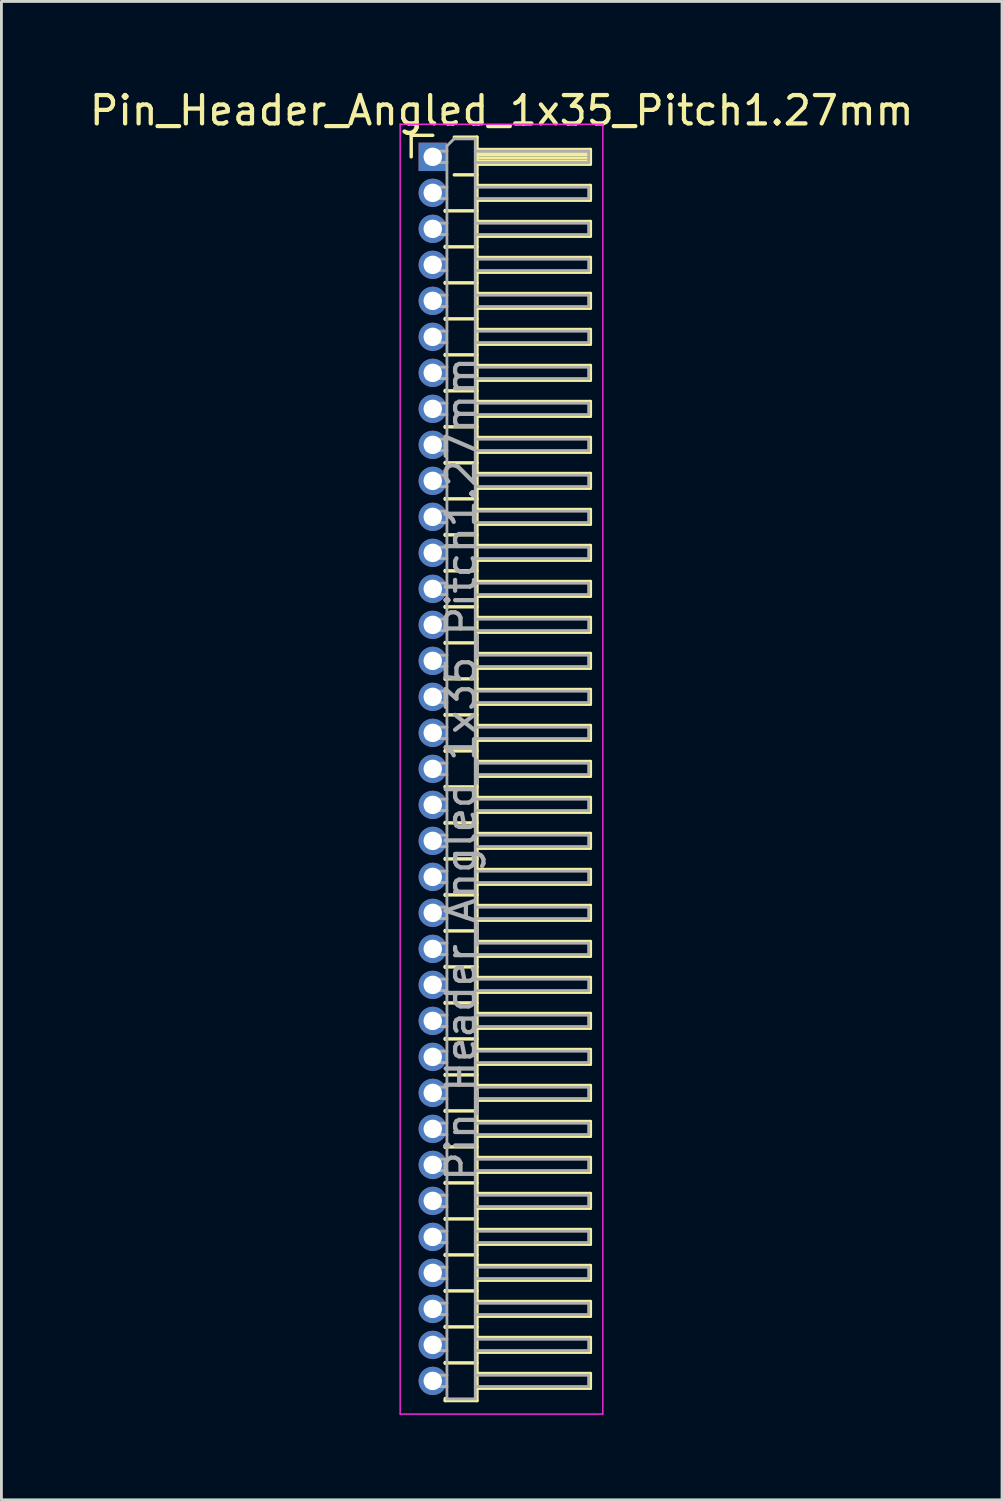
<source format=kicad_pcb>
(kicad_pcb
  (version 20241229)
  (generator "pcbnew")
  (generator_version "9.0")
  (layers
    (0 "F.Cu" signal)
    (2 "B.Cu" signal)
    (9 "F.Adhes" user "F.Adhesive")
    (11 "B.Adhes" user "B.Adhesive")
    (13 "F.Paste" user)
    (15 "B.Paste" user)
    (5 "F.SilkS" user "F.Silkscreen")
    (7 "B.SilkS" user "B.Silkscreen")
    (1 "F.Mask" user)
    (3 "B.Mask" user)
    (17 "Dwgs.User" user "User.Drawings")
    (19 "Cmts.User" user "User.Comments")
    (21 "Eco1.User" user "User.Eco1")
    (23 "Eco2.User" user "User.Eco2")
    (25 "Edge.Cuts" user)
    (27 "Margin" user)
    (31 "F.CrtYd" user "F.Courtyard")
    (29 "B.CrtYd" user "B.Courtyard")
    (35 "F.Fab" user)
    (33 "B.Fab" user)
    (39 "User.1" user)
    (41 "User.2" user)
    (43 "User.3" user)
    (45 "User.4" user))
  (footprint "Pin_Header_Angled_1x35_Pitch1.27mm"
    (layer "F.Cu")
    (at 12.216 2.483)
    (property "Reference" "Pin_Header_Angled_1x35_Pitch1.27mm" (at 2.433 -1.635 0) (layer "F.SilkS") (effects (font (size 1 1) (thickness 0.15))))
    (attr through_hole)
    (fp_line (start -0.76 -0.76) (end 0 -0.76) (stroke (width 0.12) (type solid)) (layer "F.SilkS"))
    (fp_line (start -0.76 0) (end -0.76 -0.76) (stroke (width 0.12) (type solid)) (layer "F.SilkS"))
    (fp_line (start 0.44 1.89) (end 0.44 1.92) (stroke (width 0.12) (type solid)) (layer "F.SilkS"))
    (fp_line (start 0.44 1.905) (end 1.56 1.905) (stroke (width 0.12) (type solid)) (layer "F.SilkS"))
    (fp_line (start 0.44 3.16) (end 0.44 3.19) (stroke (width 0.12) (type solid)) (layer "F.SilkS"))
    (fp_line (start 0.44 3.175) (end 1.56 3.175) (stroke (width 0.12) (type solid)) (layer "F.SilkS"))
    (fp_line (start 0.44 4.43) (end 0.44 4.46) (stroke (width 0.12) (type solid)) (layer "F.SilkS"))
    (fp_line (start 0.44 4.445) (end 1.56 4.445) (stroke (width 0.12) (type solid)) (layer "F.SilkS"))
    (fp_line (start 0.44 5.7) (end 0.44 5.73) (stroke (width 0.12) (type solid)) (layer "F.SilkS"))
    (fp_line (start 0.44 5.715) (end 1.56 5.715) (stroke (width 0.12) (type solid)) (layer "F.SilkS"))
    (fp_line (start 0.44 6.97) (end 0.44 7) (stroke (width 0.12) (type solid)) (layer "F.SilkS"))
    (fp_line (start 0.44 6.985) (end 1.56 6.985) (stroke (width 0.12) (type solid)) (layer "F.SilkS"))
    (fp_line (start 0.44 8.24) (end 0.44 8.27) (stroke (width 0.12) (type solid)) (layer "F.SilkS"))
    (fp_line (start 0.44 8.255) (end 1.56 8.255) (stroke (width 0.12) (type solid)) (layer "F.SilkS"))
    (fp_line (start 0.44 9.51) (end 0.44 9.54) (stroke (width 0.12) (type solid)) (layer "F.SilkS"))
    (fp_line (start 0.44 9.525) (end 1.56 9.525) (stroke (width 0.12) (type solid)) (layer "F.SilkS"))
    (fp_line (start 0.44 10.78) (end 0.44 10.81) (stroke (width 0.12) (type solid)) (layer "F.SilkS"))
    (fp_line (start 0.44 10.795) (end 1.56 10.795) (stroke (width 0.12) (type solid)) (layer "F.SilkS"))
    (fp_line (start 0.44 12.05) (end 0.44 12.08) (stroke (width 0.12) (type solid)) (layer "F.SilkS"))
    (fp_line (start 0.44 12.065) (end 1.56 12.065) (stroke (width 0.12) (type solid)) (layer "F.SilkS"))
    (fp_line (start 0.44 13.32) (end 0.44 13.35) (stroke (width 0.12) (type solid)) (layer "F.SilkS"))
    (fp_line (start 0.44 13.335) (end 1.56 13.335) (stroke (width 0.12) (type solid)) (layer "F.SilkS"))
    (fp_line (start 0.44 14.59) (end 0.44 14.62) (stroke (width 0.12) (type solid)) (layer "F.SilkS"))
    (fp_line (start 0.44 14.605) (end 1.56 14.605) (stroke (width 0.12) (type solid)) (layer "F.SilkS"))
    (fp_line (start 0.44 15.86) (end 0.44 15.89) (stroke (width 0.12) (type solid)) (layer "F.SilkS"))
    (fp_line (start 0.44 15.875) (end 1.56 15.875) (stroke (width 0.12) (type solid)) (layer "F.SilkS"))
    (fp_line (start 0.44 17.13) (end 0.44 17.16) (stroke (width 0.12) (type solid)) (layer "F.SilkS"))
    (fp_line (start 0.44 17.145) (end 1.56 17.145) (stroke (width 0.12) (type solid)) (layer "F.SilkS"))
    (fp_line (start 0.44 18.4) (end 0.44 18.43) (stroke (width 0.12) (type solid)) (layer "F.SilkS"))
    (fp_line (start 0.44 18.415) (end 1.56 18.415) (stroke (width 0.12) (type solid)) (layer "F.SilkS"))
    (fp_line (start 0.44 19.67) (end 0.44 19.7) (stroke (width 0.12) (type solid)) (layer "F.SilkS"))
    (fp_line (start 0.44 19.685) (end 1.56 19.685) (stroke (width 0.12) (type solid)) (layer "F.SilkS"))
    (fp_line (start 0.44 20.94) (end 0.44 20.97) (stroke (width 0.12) (type solid)) (layer "F.SilkS"))
    (fp_line (start 0.44 20.955) (end 1.56 20.955) (stroke (width 0.12) (type solid)) (layer "F.SilkS"))
    (fp_line (start 0.44 22.21) (end 0.44 22.24) (stroke (width 0.12) (type solid)) (layer "F.SilkS"))
    (fp_line (start 0.44 22.225) (end 1.56 22.225) (stroke (width 0.12) (type solid)) (layer "F.SilkS"))
    (fp_line (start 0.44 23.48) (end 0.44 23.51) (stroke (width 0.12) (type solid)) (layer "F.SilkS"))
    (fp_line (start 0.44 23.495) (end 1.56 23.495) (stroke (width 0.12) (type solid)) (layer "F.SilkS"))
    (fp_line (start 0.44 24.75) (end 0.44 24.78) (stroke (width 0.12) (type solid)) (layer "F.SilkS"))
    (fp_line (start 0.44 24.765) (end 1.56 24.765) (stroke (width 0.12) (type solid)) (layer "F.SilkS"))
    (fp_line (start 0.44 26.02) (end 0.44 26.05) (stroke (width 0.12) (type solid)) (layer "F.SilkS"))
    (fp_line (start 0.44 26.035) (end 1.56 26.035) (stroke (width 0.12) (type solid)) (layer "F.SilkS"))
    (fp_line (start 0.44 27.29) (end 0.44 27.32) (stroke (width 0.12) (type solid)) (layer "F.SilkS"))
    (fp_line (start 0.44 27.305) (end 1.56 27.305) (stroke (width 0.12) (type solid)) (layer "F.SilkS"))
    (fp_line (start 0.44 28.56) (end 0.44 28.59) (stroke (width 0.12) (type solid)) (layer "F.SilkS"))
    (fp_line (start 0.44 28.575) (end 1.56 28.575) (stroke (width 0.12) (type solid)) (layer "F.SilkS"))
    (fp_line (start 0.44 29.83) (end 0.44 29.86) (stroke (width 0.12) (type solid)) (layer "F.SilkS"))
    (fp_line (start 0.44 29.845) (end 1.56 29.845) (stroke (width 0.12) (type solid)) (layer "F.SilkS"))
    (fp_line (start 0.44 31.1) (end 0.44 31.13) (stroke (width 0.12) (type solid)) (layer "F.SilkS"))
    (fp_line (start 0.44 31.115) (end 1.56 31.115) (stroke (width 0.12) (type solid)) (layer "F.SilkS"))
    (fp_line (start 0.44 32.37) (end 0.44 32.4) (stroke (width 0.12) (type solid)) (layer "F.SilkS"))
    (fp_line (start 0.44 32.385) (end 1.56 32.385) (stroke (width 0.12) (type solid)) (layer "F.SilkS"))
    (fp_line (start 0.44 33.64) (end 0.44 33.67) (stroke (width 0.12) (type solid)) (layer "F.SilkS"))
    (fp_line (start 0.44 33.655) (end 1.56 33.655) (stroke (width 0.12) (type solid)) (layer "F.SilkS"))
    (fp_line (start 0.44 34.91) (end 0.44 34.94) (stroke (width 0.12) (type solid)) (layer "F.SilkS"))
    (fp_line (start 0.44 34.925) (end 1.56 34.925) (stroke (width 0.12) (type solid)) (layer "F.SilkS"))
    (fp_line (start 0.44 36.18) (end 0.44 36.21) (stroke (width 0.12) (type solid)) (layer "F.SilkS"))
    (fp_line (start 0.44 36.195) (end 1.56 36.195) (stroke (width 0.12) (type solid)) (layer "F.SilkS"))
    (fp_line (start 0.44 37.45) (end 0.44 37.48) (stroke (width 0.12) (type solid)) (layer "F.SilkS"))
    (fp_line (start 0.44 37.465) (end 1.56 37.465) (stroke (width 0.12) (type solid)) (layer "F.SilkS"))
    (fp_line (start 0.44 38.72) (end 0.44 38.75) (stroke (width 0.12) (type solid)) (layer "F.SilkS"))
    (fp_line (start 0.44 38.735) (end 1.56 38.735) (stroke (width 0.12) (type solid)) (layer "F.SilkS"))
    (fp_line (start 0.44 39.99) (end 0.44 40.02) (stroke (width 0.12) (type solid)) (layer "F.SilkS"))
    (fp_line (start 0.44 40.005) (end 1.56 40.005) (stroke (width 0.12) (type solid)) (layer "F.SilkS"))
    (fp_line (start 0.44 41.26) (end 0.44 41.29) (stroke (width 0.12) (type solid)) (layer "F.SilkS"))
    (fp_line (start 0.44 41.275) (end 1.56 41.275) (stroke (width 0.12) (type solid)) (layer "F.SilkS"))
    (fp_line (start 0.44 42.53) (end 0.44 42.56) (stroke (width 0.12) (type solid)) (layer "F.SilkS"))
    (fp_line (start 0.44 42.545) (end 1.56 42.545) (stroke (width 0.12) (type solid)) (layer "F.SilkS"))
    (fp_line (start 0.44 43.875) (end 0.44 43.8) (stroke (width 0.12) (type solid)) (layer "F.SilkS"))
    (fp_line (start 0.76 -0.695) (end 1.56 -0.695) (stroke (width 0.12) (type solid)) (layer "F.SilkS"))
    (fp_line (start 0.76 0.635) (end 1.56 0.635) (stroke (width 0.12) (type solid)) (layer "F.SilkS"))
    (fp_line (start 1.56 -0.695) (end 1.56 43.875) (stroke (width 0.12) (type solid)) (layer "F.SilkS"))
    (fp_line (start 1.56 -0.26) (end 5.56 -0.26) (stroke (width 0.12) (type solid)) (layer "F.SilkS"))
    (fp_line (start 1.56 -0.2) (end 5.56 -0.2) (stroke (width 0.12) (type solid)) (layer "F.SilkS"))
    (fp_line (start 1.56 -0.08) (end 5.56 -0.08) (stroke (width 0.12) (type solid)) (layer "F.SilkS"))
    (fp_line (start 1.56 0.04) (end 5.56 0.04) (stroke (width 0.12) (type solid)) (layer "F.SilkS"))
    (fp_line (start 1.56 0.16) (end 5.56 0.16) (stroke (width 0.12) (type solid)) (layer "F.SilkS"))
    (fp_line (start 1.56 1.01) (end 5.56 1.01) (stroke (width 0.12) (type solid)) (layer "F.SilkS"))
    (fp_line (start 1.56 2.28) (end 5.56 2.28) (stroke (width 0.12) (type solid)) (layer "F.SilkS"))
    (fp_line (start 1.56 3.55) (end 5.56 3.55) (stroke (width 0.12) (type solid)) (layer "F.SilkS"))
    (fp_line (start 1.56 4.82) (end 5.56 4.82) (stroke (width 0.12) (type solid)) (layer "F.SilkS"))
    (fp_line (start 1.56 6.09) (end 5.56 6.09) (stroke (width 0.12) (type solid)) (layer "F.SilkS"))
    (fp_line (start 1.56 7.36) (end 5.56 7.36) (stroke (width 0.12) (type solid)) (layer "F.SilkS"))
    (fp_line (start 1.56 8.63) (end 5.56 8.63) (stroke (width 0.12) (type solid)) (layer "F.SilkS"))
    (fp_line (start 1.56 9.9) (end 5.56 9.9) (stroke (width 0.12) (type solid)) (layer "F.SilkS"))
    (fp_line (start 1.56 11.17) (end 5.56 11.17) (stroke (width 0.12) (type solid)) (layer "F.SilkS"))
    (fp_line (start 1.56 12.44) (end 5.56 12.44) (stroke (width 0.12) (type solid)) (layer "F.SilkS"))
    (fp_line (start 1.56 13.71) (end 5.56 13.71) (stroke (width 0.12) (type solid)) (layer "F.SilkS"))
    (fp_line (start 1.56 14.98) (end 5.56 14.98) (stroke (width 0.12) (type solid)) (layer "F.SilkS"))
    (fp_line (start 1.56 16.25) (end 5.56 16.25) (stroke (width 0.12) (type solid)) (layer "F.SilkS"))
    (fp_line (start 1.56 17.52) (end 5.56 17.52) (stroke (width 0.12) (type solid)) (layer "F.SilkS"))
    (fp_line (start 1.56 18.79) (end 5.56 18.79) (stroke (width 0.12) (type solid)) (layer "F.SilkS"))
    (fp_line (start 1.56 20.06) (end 5.56 20.06) (stroke (width 0.12) (type solid)) (layer "F.SilkS"))
    (fp_line (start 1.56 21.33) (end 5.56 21.33) (stroke (width 0.12) (type solid)) (layer "F.SilkS"))
    (fp_line (start 1.56 22.6) (end 5.56 22.6) (stroke (width 0.12) (type solid)) (layer "F.SilkS"))
    (fp_line (start 1.56 23.87) (end 5.56 23.87) (stroke (width 0.12) (type solid)) (layer "F.SilkS"))
    (fp_line (start 1.56 25.14) (end 5.56 25.14) (stroke (width 0.12) (type solid)) (layer "F.SilkS"))
    (fp_line (start 1.56 26.41) (end 5.56 26.41) (stroke (width 0.12) (type solid)) (layer "F.SilkS"))
    (fp_line (start 1.56 27.68) (end 5.56 27.68) (stroke (width 0.12) (type solid)) (layer "F.SilkS"))
    (fp_line (start 1.56 28.95) (end 5.56 28.95) (stroke (width 0.12) (type solid)) (layer "F.SilkS"))
    (fp_line (start 1.56 30.22) (end 5.56 30.22) (stroke (width 0.12) (type solid)) (layer "F.SilkS"))
    (fp_line (start 1.56 31.49) (end 5.56 31.49) (stroke (width 0.12) (type solid)) (layer "F.SilkS"))
    (fp_line (start 1.56 32.76) (end 5.56 32.76) (stroke (width 0.12) (type solid)) (layer "F.SilkS"))
    (fp_line (start 1.56 34.03) (end 5.56 34.03) (stroke (width 0.12) (type solid)) (layer "F.SilkS"))
    (fp_line (start 1.56 35.3) (end 5.56 35.3) (stroke (width 0.12) (type solid)) (layer "F.SilkS"))
    (fp_line (start 1.56 36.57) (end 5.56 36.57) (stroke (width 0.12) (type solid)) (layer "F.SilkS"))
    (fp_line (start 1.56 37.84) (end 5.56 37.84) (stroke (width 0.12) (type solid)) (layer "F.SilkS"))
    (fp_line (start 1.56 39.11) (end 5.56 39.11) (stroke (width 0.12) (type solid)) (layer "F.SilkS"))
    (fp_line (start 1.56 40.38) (end 5.56 40.38) (stroke (width 0.12) (type solid)) (layer "F.SilkS"))
    (fp_line (start 1.56 41.65) (end 5.56 41.65) (stroke (width 0.12) (type solid)) (layer "F.SilkS"))
    (fp_line (start 1.56 42.92) (end 5.56 42.92) (stroke (width 0.12) (type solid)) (layer "F.SilkS"))
    (fp_line (start 1.56 43.875) (end 0.44 43.875) (stroke (width 0.12) (type solid)) (layer "F.SilkS"))
    (fp_line (start 5.56 -0.26) (end 5.56 0.26) (stroke (width 0.12) (type solid)) (layer "F.SilkS"))
    (fp_line (start 5.56 0.26) (end 1.56 0.26) (stroke (width 0.12) (type solid)) (layer "F.SilkS"))
    (fp_line (start 5.56 1.01) (end 5.56 1.53) (stroke (width 0.12) (type solid)) (layer "F.SilkS"))
    (fp_line (start 5.56 1.53) (end 1.56 1.53) (stroke (width 0.12) (type solid)) (layer "F.SilkS"))
    (fp_line (start 5.56 2.28) (end 5.56 2.8) (stroke (width 0.12) (type solid)) (layer "F.SilkS"))
    (fp_line (start 5.56 2.8) (end 1.56 2.8) (stroke (width 0.12) (type solid)) (layer "F.SilkS"))
    (fp_line (start 5.56 3.55) (end 5.56 4.07) (stroke (width 0.12) (type solid)) (layer "F.SilkS"))
    (fp_line (start 5.56 4.07) (end 1.56 4.07) (stroke (width 0.12) (type solid)) (layer "F.SilkS"))
    (fp_line (start 5.56 4.82) (end 5.56 5.34) (stroke (width 0.12) (type solid)) (layer "F.SilkS"))
    (fp_line (start 5.56 5.34) (end 1.56 5.34) (stroke (width 0.12) (type solid)) (layer "F.SilkS"))
    (fp_line (start 5.56 6.09) (end 5.56 6.61) (stroke (width 0.12) (type solid)) (layer "F.SilkS"))
    (fp_line (start 5.56 6.61) (end 1.56 6.61) (stroke (width 0.12) (type solid)) (layer "F.SilkS"))
    (fp_line (start 5.56 7.36) (end 5.56 7.88) (stroke (width 0.12) (type solid)) (layer "F.SilkS"))
    (fp_line (start 5.56 7.88) (end 1.56 7.88) (stroke (width 0.12) (type solid)) (layer "F.SilkS"))
    (fp_line (start 5.56 8.63) (end 5.56 9.15) (stroke (width 0.12) (type solid)) (layer "F.SilkS"))
    (fp_line (start 5.56 9.15) (end 1.56 9.15) (stroke (width 0.12) (type solid)) (layer "F.SilkS"))
    (fp_line (start 5.56 9.9) (end 5.56 10.42) (stroke (width 0.12) (type solid)) (layer "F.SilkS"))
    (fp_line (start 5.56 10.42) (end 1.56 10.42) (stroke (width 0.12) (type solid)) (layer "F.SilkS"))
    (fp_line (start 5.56 11.17) (end 5.56 11.69) (stroke (width 0.12) (type solid)) (layer "F.SilkS"))
    (fp_line (start 5.56 11.69) (end 1.56 11.69) (stroke (width 0.12) (type solid)) (layer "F.SilkS"))
    (fp_line (start 5.56 12.44) (end 5.56 12.96) (stroke (width 0.12) (type solid)) (layer "F.SilkS"))
    (fp_line (start 5.56 12.96) (end 1.56 12.96) (stroke (width 0.12) (type solid)) (layer "F.SilkS"))
    (fp_line (start 5.56 13.71) (end 5.56 14.23) (stroke (width 0.12) (type solid)) (layer "F.SilkS"))
    (fp_line (start 5.56 14.23) (end 1.56 14.23) (stroke (width 0.12) (type solid)) (layer "F.SilkS"))
    (fp_line (start 5.56 14.98) (end 5.56 15.5) (stroke (width 0.12) (type solid)) (layer "F.SilkS"))
    (fp_line (start 5.56 15.5) (end 1.56 15.5) (stroke (width 0.12) (type solid)) (layer "F.SilkS"))
    (fp_line (start 5.56 16.25) (end 5.56 16.77) (stroke (width 0.12) (type solid)) (layer "F.SilkS"))
    (fp_line (start 5.56 16.77) (end 1.56 16.77) (stroke (width 0.12) (type solid)) (layer "F.SilkS"))
    (fp_line (start 5.56 17.52) (end 5.56 18.04) (stroke (width 0.12) (type solid)) (layer "F.SilkS"))
    (fp_line (start 5.56 18.04) (end 1.56 18.04) (stroke (width 0.12) (type solid)) (layer "F.SilkS"))
    (fp_line (start 5.56 18.79) (end 5.56 19.31) (stroke (width 0.12) (type solid)) (layer "F.SilkS"))
    (fp_line (start 5.56 19.31) (end 1.56 19.31) (stroke (width 0.12) (type solid)) (layer "F.SilkS"))
    (fp_line (start 5.56 20.06) (end 5.56 20.58) (stroke (width 0.12) (type solid)) (layer "F.SilkS"))
    (fp_line (start 5.56 20.58) (end 1.56 20.58) (stroke (width 0.12) (type solid)) (layer "F.SilkS"))
    (fp_line (start 5.56 21.33) (end 5.56 21.85) (stroke (width 0.12) (type solid)) (layer "F.SilkS"))
    (fp_line (start 5.56 21.85) (end 1.56 21.85) (stroke (width 0.12) (type solid)) (layer "F.SilkS"))
    (fp_line (start 5.56 22.6) (end 5.56 23.12) (stroke (width 0.12) (type solid)) (layer "F.SilkS"))
    (fp_line (start 5.56 23.12) (end 1.56 23.12) (stroke (width 0.12) (type solid)) (layer "F.SilkS"))
    (fp_line (start 5.56 23.87) (end 5.56 24.39) (stroke (width 0.12) (type solid)) (layer "F.SilkS"))
    (fp_line (start 5.56 24.39) (end 1.56 24.39) (stroke (width 0.12) (type solid)) (layer "F.SilkS"))
    (fp_line (start 5.56 25.14) (end 5.56 25.66) (stroke (width 0.12) (type solid)) (layer "F.SilkS"))
    (fp_line (start 5.56 25.66) (end 1.56 25.66) (stroke (width 0.12) (type solid)) (layer "F.SilkS"))
    (fp_line (start 5.56 26.41) (end 5.56 26.93) (stroke (width 0.12) (type solid)) (layer "F.SilkS"))
    (fp_line (start 5.56 26.93) (end 1.56 26.93) (stroke (width 0.12) (type solid)) (layer "F.SilkS"))
    (fp_line (start 5.56 27.68) (end 5.56 28.2) (stroke (width 0.12) (type solid)) (layer "F.SilkS"))
    (fp_line (start 5.56 28.2) (end 1.56 28.2) (stroke (width 0.12) (type solid)) (layer "F.SilkS"))
    (fp_line (start 5.56 28.95) (end 5.56 29.47) (stroke (width 0.12) (type solid)) (layer "F.SilkS"))
    (fp_line (start 5.56 29.47) (end 1.56 29.47) (stroke (width 0.12) (type solid)) (layer "F.SilkS"))
    (fp_line (start 5.56 30.22) (end 5.56 30.74) (stroke (width 0.12) (type solid)) (layer "F.SilkS"))
    (fp_line (start 5.56 30.74) (end 1.56 30.74) (stroke (width 0.12) (type solid)) (layer "F.SilkS"))
    (fp_line (start 5.56 31.49) (end 5.56 32.01) (stroke (width 0.12) (type solid)) (layer "F.SilkS"))
    (fp_line (start 5.56 32.01) (end 1.56 32.01) (stroke (width 0.12) (type solid)) (layer "F.SilkS"))
    (fp_line (start 5.56 32.76) (end 5.56 33.28) (stroke (width 0.12) (type solid)) (layer "F.SilkS"))
    (fp_line (start 5.56 33.28) (end 1.56 33.28) (stroke (width 0.12) (type solid)) (layer "F.SilkS"))
    (fp_line (start 5.56 34.03) (end 5.56 34.55) (stroke (width 0.12) (type solid)) (layer "F.SilkS"))
    (fp_line (start 5.56 34.55) (end 1.56 34.55) (stroke (width 0.12) (type solid)) (layer "F.SilkS"))
    (fp_line (start 5.56 35.3) (end 5.56 35.82) (stroke (width 0.12) (type solid)) (layer "F.SilkS"))
    (fp_line (start 5.56 35.82) (end 1.56 35.82) (stroke (width 0.12) (type solid)) (layer "F.SilkS"))
    (fp_line (start 5.56 36.57) (end 5.56 37.09) (stroke (width 0.12) (type solid)) (layer "F.SilkS"))
    (fp_line (start 5.56 37.09) (end 1.56 37.09) (stroke (width 0.12) (type solid)) (layer "F.SilkS"))
    (fp_line (start 5.56 37.84) (end 5.56 38.36) (stroke (width 0.12) (type solid)) (layer "F.SilkS"))
    (fp_line (start 5.56 38.36) (end 1.56 38.36) (stroke (width 0.12) (type solid)) (layer "F.SilkS"))
    (fp_line (start 5.56 39.11) (end 5.56 39.63) (stroke (width 0.12) (type solid)) (layer "F.SilkS"))
    (fp_line (start 5.56 39.63) (end 1.56 39.63) (stroke (width 0.12) (type solid)) (layer "F.SilkS"))
    (fp_line (start 5.56 40.38) (end 5.56 40.9) (stroke (width 0.12) (type solid)) (layer "F.SilkS"))
    (fp_line (start 5.56 40.9) (end 1.56 40.9) (stroke (width 0.12) (type solid)) (layer "F.SilkS"))
    (fp_line (start 5.56 41.65) (end 5.56 42.17) (stroke (width 0.12) (type solid)) (layer "F.SilkS"))
    (fp_line (start 5.56 42.17) (end 1.56 42.17) (stroke (width 0.12) (type solid)) (layer "F.SilkS"))
    (fp_line (start 5.56 42.92) (end 5.56 43.44) (stroke (width 0.12) (type solid)) (layer "F.SilkS"))
    (fp_line (start 5.56 43.44) (end 1.56 43.44) (stroke (width 0.12) (type solid)) (layer "F.SilkS"))
    (fp_line (start -1.15 -1.15) (end -1.15 44.35) (stroke (width 0.05) (type solid)) (layer "F.CrtYd"))
    (fp_line (start -1.15 44.35) (end 6 44.35) (stroke (width 0.05) (type solid)) (layer "F.CrtYd"))
    (fp_line (start 6 -1.15) (end -1.15 -1.15) (stroke (width 0.05) (type solid)) (layer "F.CrtYd"))
    (fp_line (start 6 44.35) (end 6 -1.15) (stroke (width 0.05) (type solid)) (layer "F.CrtYd"))
    (fp_line (start -0.2 -0.2) (end -0.2 0.2) (stroke (width 0.1) (type solid)) (layer "F.Fab"))
    (fp_line (start -0.2 -0.2) (end 0.5 -0.2) (stroke (width 0.1) (type solid)) (layer "F.Fab"))
    (fp_line (start -0.2 0.2) (end 0.5 0.2) (stroke (width 0.1) (type solid)) (layer "F.Fab"))
    (fp_line (start -0.2 1.07) (end -0.2 1.47) (stroke (width 0.1) (type solid)) (layer "F.Fab"))
    (fp_line (start -0.2 1.07) (end 0.5 1.07) (stroke (width 0.1) (type solid)) (layer "F.Fab"))
    (fp_line (start -0.2 1.47) (end 0.5 1.47) (stroke (width 0.1) (type solid)) (layer "F.Fab"))
    (fp_line (start -0.2 2.34) (end -0.2 2.74) (stroke (width 0.1) (type solid)) (layer "F.Fab"))
    (fp_line (start -0.2 2.34) (end 0.5 2.34) (stroke (width 0.1) (type solid)) (layer "F.Fab"))
    (fp_line (start -0.2 2.74) (end 0.5 2.74) (stroke (width 0.1) (type solid)) (layer "F.Fab"))
    (fp_line (start -0.2 3.61) (end -0.2 4.01) (stroke (width 0.1) (type solid)) (layer "F.Fab"))
    (fp_line (start -0.2 3.61) (end 0.5 3.61) (stroke (width 0.1) (type solid)) (layer "F.Fab"))
    (fp_line (start -0.2 4.01) (end 0.5 4.01) (stroke (width 0.1) (type solid)) (layer "F.Fab"))
    (fp_line (start -0.2 4.88) (end -0.2 5.28) (stroke (width 0.1) (type solid)) (layer "F.Fab"))
    (fp_line (start -0.2 4.88) (end 0.5 4.88) (stroke (width 0.1) (type solid)) (layer "F.Fab"))
    (fp_line (start -0.2 5.28) (end 0.5 5.28) (stroke (width 0.1) (type solid)) (layer "F.Fab"))
    (fp_line (start -0.2 6.15) (end -0.2 6.55) (stroke (width 0.1) (type solid)) (layer "F.Fab"))
    (fp_line (start -0.2 6.15) (end 0.5 6.15) (stroke (width 0.1) (type solid)) (layer "F.Fab"))
    (fp_line (start -0.2 6.55) (end 0.5 6.55) (stroke (width 0.1) (type solid)) (layer "F.Fab"))
    (fp_line (start -0.2 7.42) (end -0.2 7.82) (stroke (width 0.1) (type solid)) (layer "F.Fab"))
    (fp_line (start -0.2 7.42) (end 0.5 7.42) (stroke (width 0.1) (type solid)) (layer "F.Fab"))
    (fp_line (start -0.2 7.82) (end 0.5 7.82) (stroke (width 0.1) (type solid)) (layer "F.Fab"))
    (fp_line (start -0.2 8.69) (end -0.2 9.09) (stroke (width 0.1) (type solid)) (layer "F.Fab"))
    (fp_line (start -0.2 8.69) (end 0.5 8.69) (stroke (width 0.1) (type solid)) (layer "F.Fab"))
    (fp_line (start -0.2 9.09) (end 0.5 9.09) (stroke (width 0.1) (type solid)) (layer "F.Fab"))
    (fp_line (start -0.2 9.96) (end -0.2 10.36) (stroke (width 0.1) (type solid)) (layer "F.Fab"))
    (fp_line (start -0.2 9.96) (end 0.5 9.96) (stroke (width 0.1) (type solid)) (layer "F.Fab"))
    (fp_line (start -0.2 10.36) (end 0.5 10.36) (stroke (width 0.1) (type solid)) (layer "F.Fab"))
    (fp_line (start -0.2 11.23) (end -0.2 11.63) (stroke (width 0.1) (type solid)) (layer "F.Fab"))
    (fp_line (start -0.2 11.23) (end 0.5 11.23) (stroke (width 0.1) (type solid)) (layer "F.Fab"))
    (fp_line (start -0.2 11.63) (end 0.5 11.63) (stroke (width 0.1) (type solid)) (layer "F.Fab"))
    (fp_line (start -0.2 12.5) (end -0.2 12.9) (stroke (width 0.1) (type solid)) (layer "F.Fab"))
    (fp_line (start -0.2 12.5) (end 0.5 12.5) (stroke (width 0.1) (type solid)) (layer "F.Fab"))
    (fp_line (start -0.2 12.9) (end 0.5 12.9) (stroke (width 0.1) (type solid)) (layer "F.Fab"))
    (fp_line (start -0.2 13.77) (end -0.2 14.17) (stroke (width 0.1) (type solid)) (layer "F.Fab"))
    (fp_line (start -0.2 13.77) (end 0.5 13.77) (stroke (width 0.1) (type solid)) (layer "F.Fab"))
    (fp_line (start -0.2 14.17) (end 0.5 14.17) (stroke (width 0.1) (type solid)) (layer "F.Fab"))
    (fp_line (start -0.2 15.04) (end -0.2 15.44) (stroke (width 0.1) (type solid)) (layer "F.Fab"))
    (fp_line (start -0.2 15.04) (end 0.5 15.04) (stroke (width 0.1) (type solid)) (layer "F.Fab"))
    (fp_line (start -0.2 15.44) (end 0.5 15.44) (stroke (width 0.1) (type solid)) (layer "F.Fab"))
    (fp_line (start -0.2 16.31) (end -0.2 16.71) (stroke (width 0.1) (type solid)) (layer "F.Fab"))
    (fp_line (start -0.2 16.31) (end 0.5 16.31) (stroke (width 0.1) (type solid)) (layer "F.Fab"))
    (fp_line (start -0.2 16.71) (end 0.5 16.71) (stroke (width 0.1) (type solid)) (layer "F.Fab"))
    (fp_line (start -0.2 17.58) (end -0.2 17.98) (stroke (width 0.1) (type solid)) (layer "F.Fab"))
    (fp_line (start -0.2 17.58) (end 0.5 17.58) (stroke (width 0.1) (type solid)) (layer "F.Fab"))
    (fp_line (start -0.2 17.98) (end 0.5 17.98) (stroke (width 0.1) (type solid)) (layer "F.Fab"))
    (fp_line (start -0.2 18.85) (end -0.2 19.25) (stroke (width 0.1) (type solid)) (layer "F.Fab"))
    (fp_line (start -0.2 18.85) (end 0.5 18.85) (stroke (width 0.1) (type solid)) (layer "F.Fab"))
    (fp_line (start -0.2 19.25) (end 0.5 19.25) (stroke (width 0.1) (type solid)) (layer "F.Fab"))
    (fp_line (start -0.2 20.12) (end -0.2 20.52) (stroke (width 0.1) (type solid)) (layer "F.Fab"))
    (fp_line (start -0.2 20.12) (end 0.5 20.12) (stroke (width 0.1) (type solid)) (layer "F.Fab"))
    (fp_line (start -0.2 20.52) (end 0.5 20.52) (stroke (width 0.1) (type solid)) (layer "F.Fab"))
    (fp_line (start -0.2 21.39) (end -0.2 21.79) (stroke (width 0.1) (type solid)) (layer "F.Fab"))
    (fp_line (start -0.2 21.39) (end 0.5 21.39) (stroke (width 0.1) (type solid)) (layer "F.Fab"))
    (fp_line (start -0.2 21.79) (end 0.5 21.79) (stroke (width 0.1) (type solid)) (layer "F.Fab"))
    (fp_line (start -0.2 22.66) (end -0.2 23.06) (stroke (width 0.1) (type solid)) (layer "F.Fab"))
    (fp_line (start -0.2 22.66) (end 0.5 22.66) (stroke (width 0.1) (type solid)) (layer "F.Fab"))
    (fp_line (start -0.2 23.06) (end 0.5 23.06) (stroke (width 0.1) (type solid)) (layer "F.Fab"))
    (fp_line (start -0.2 23.93) (end -0.2 24.33) (stroke (width 0.1) (type solid)) (layer "F.Fab"))
    (fp_line (start -0.2 23.93) (end 0.5 23.93) (stroke (width 0.1) (type solid)) (layer "F.Fab"))
    (fp_line (start -0.2 24.33) (end 0.5 24.33) (stroke (width 0.1) (type solid)) (layer "F.Fab"))
    (fp_line (start -0.2 25.2) (end -0.2 25.6) (stroke (width 0.1) (type solid)) (layer "F.Fab"))
    (fp_line (start -0.2 25.2) (end 0.5 25.2) (stroke (width 0.1) (type solid)) (layer "F.Fab"))
    (fp_line (start -0.2 25.6) (end 0.5 25.6) (stroke (width 0.1) (type solid)) (layer "F.Fab"))
    (fp_line (start -0.2 26.47) (end -0.2 26.87) (stroke (width 0.1) (type solid)) (layer "F.Fab"))
    (fp_line (start -0.2 26.47) (end 0.5 26.47) (stroke (width 0.1) (type solid)) (layer "F.Fab"))
    (fp_line (start -0.2 26.87) (end 0.5 26.87) (stroke (width 0.1) (type solid)) (layer "F.Fab"))
    (fp_line (start -0.2 27.74) (end -0.2 28.14) (stroke (width 0.1) (type solid)) (layer "F.Fab"))
    (fp_line (start -0.2 27.74) (end 0.5 27.74) (stroke (width 0.1) (type solid)) (layer "F.Fab"))
    (fp_line (start -0.2 28.14) (end 0.5 28.14) (stroke (width 0.1) (type solid)) (layer "F.Fab"))
    (fp_line (start -0.2 29.01) (end -0.2 29.41) (stroke (width 0.1) (type solid)) (layer "F.Fab"))
    (fp_line (start -0.2 29.01) (end 0.5 29.01) (stroke (width 0.1) (type solid)) (layer "F.Fab"))
    (fp_line (start -0.2 29.41) (end 0.5 29.41) (stroke (width 0.1) (type solid)) (layer "F.Fab"))
    (fp_line (start -0.2 30.28) (end -0.2 30.68) (stroke (width 0.1) (type solid)) (layer "F.Fab"))
    (fp_line (start -0.2 30.28) (end 0.5 30.28) (stroke (width 0.1) (type solid)) (layer "F.Fab"))
    (fp_line (start -0.2 30.68) (end 0.5 30.68) (stroke (width 0.1) (type solid)) (layer "F.Fab"))
    (fp_line (start -0.2 31.55) (end -0.2 31.95) (stroke (width 0.1) (type solid)) (layer "F.Fab"))
    (fp_line (start -0.2 31.55) (end 0.5 31.55) (stroke (width 0.1) (type solid)) (layer "F.Fab"))
    (fp_line (start -0.2 31.95) (end 0.5 31.95) (stroke (width 0.1) (type solid)) (layer "F.Fab"))
    (fp_line (start -0.2 32.82) (end -0.2 33.22) (stroke (width 0.1) (type solid)) (layer "F.Fab"))
    (fp_line (start -0.2 32.82) (end 0.5 32.82) (stroke (width 0.1) (type solid)) (layer "F.Fab"))
    (fp_line (start -0.2 33.22) (end 0.5 33.22) (stroke (width 0.1) (type solid)) (layer "F.Fab"))
    (fp_line (start -0.2 34.09) (end -0.2 34.49) (stroke (width 0.1) (type solid)) (layer "F.Fab"))
    (fp_line (start -0.2 34.09) (end 0.5 34.09) (stroke (width 0.1) (type solid)) (layer "F.Fab"))
    (fp_line (start -0.2 34.49) (end 0.5 34.49) (stroke (width 0.1) (type solid)) (layer "F.Fab"))
    (fp_line (start -0.2 35.36) (end -0.2 35.76) (stroke (width 0.1) (type solid)) (layer "F.Fab"))
    (fp_line (start -0.2 35.36) (end 0.5 35.36) (stroke (width 0.1) (type solid)) (layer "F.Fab"))
    (fp_line (start -0.2 35.76) (end 0.5 35.76) (stroke (width 0.1) (type solid)) (layer "F.Fab"))
    (fp_line (start -0.2 36.63) (end -0.2 37.03) (stroke (width 0.1) (type solid)) (layer "F.Fab"))
    (fp_line (start -0.2 36.63) (end 0.5 36.63) (stroke (width 0.1) (type solid)) (layer "F.Fab"))
    (fp_line (start -0.2 37.03) (end 0.5 37.03) (stroke (width 0.1) (type solid)) (layer "F.Fab"))
    (fp_line (start -0.2 37.9) (end -0.2 38.3) (stroke (width 0.1) (type solid)) (layer "F.Fab"))
    (fp_line (start -0.2 37.9) (end 0.5 37.9) (stroke (width 0.1) (type solid)) (layer "F.Fab"))
    (fp_line (start -0.2 38.3) (end 0.5 38.3) (stroke (width 0.1) (type solid)) (layer "F.Fab"))
    (fp_line (start -0.2 39.17) (end -0.2 39.57) (stroke (width 0.1) (type solid)) (layer "F.Fab"))
    (fp_line (start -0.2 39.17) (end 0.5 39.17) (stroke (width 0.1) (type solid)) (layer "F.Fab"))
    (fp_line (start -0.2 39.57) (end 0.5 39.57) (stroke (width 0.1) (type solid)) (layer "F.Fab"))
    (fp_line (start -0.2 40.44) (end -0.2 40.84) (stroke (width 0.1) (type solid)) (layer "F.Fab"))
    (fp_line (start -0.2 40.44) (end 0.5 40.44) (stroke (width 0.1) (type solid)) (layer "F.Fab"))
    (fp_line (start -0.2 40.84) (end 0.5 40.84) (stroke (width 0.1) (type solid)) (layer "F.Fab"))
    (fp_line (start -0.2 41.71) (end -0.2 42.11) (stroke (width 0.1) (type solid)) (layer "F.Fab"))
    (fp_line (start -0.2 41.71) (end 0.5 41.71) (stroke (width 0.1) (type solid)) (layer "F.Fab"))
    (fp_line (start -0.2 42.11) (end 0.5 42.11) (stroke (width 0.1) (type solid)) (layer "F.Fab"))
    (fp_line (start -0.2 42.98) (end -0.2 43.38) (stroke (width 0.1) (type solid)) (layer "F.Fab"))
    (fp_line (start -0.2 42.98) (end 0.5 42.98) (stroke (width 0.1) (type solid)) (layer "F.Fab"))
    (fp_line (start -0.2 43.38) (end 0.5 43.38) (stroke (width 0.1) (type solid)) (layer "F.Fab"))
    (fp_line (start 0.5 -0.385) (end 0.75 -0.635) (stroke (width 0.1) (type solid)) (layer "F.Fab"))
    (fp_line (start 0.5 43.815) (end 0.5 -0.385) (stroke (width 0.1) (type solid)) (layer "F.Fab"))
    (fp_line (start 0.75 -0.635) (end 1.5 -0.635) (stroke (width 0.1) (type solid)) (layer "F.Fab"))
    (fp_line (start 1.5 -0.635) (end 1.5 43.815) (stroke (width 0.1) (type solid)) (layer "F.Fab"))
    (fp_line (start 1.5 -0.2) (end 5.5 -0.2) (stroke (width 0.1) (type solid)) (layer "F.Fab"))
    (fp_line (start 1.5 0.2) (end 5.5 0.2) (stroke (width 0.1) (type solid)) (layer "F.Fab"))
    (fp_line (start 1.5 1.07) (end 5.5 1.07) (stroke (width 0.1) (type solid)) (layer "F.Fab"))
    (fp_line (start 1.5 1.47) (end 5.5 1.47) (stroke (width 0.1) (type solid)) (layer "F.Fab"))
    (fp_line (start 1.5 2.34) (end 5.5 2.34) (stroke (width 0.1) (type solid)) (layer "F.Fab"))
    (fp_line (start 1.5 2.74) (end 5.5 2.74) (stroke (width 0.1) (type solid)) (layer "F.Fab"))
    (fp_line (start 1.5 3.61) (end 5.5 3.61) (stroke (width 0.1) (type solid)) (layer "F.Fab"))
    (fp_line (start 1.5 4.01) (end 5.5 4.01) (stroke (width 0.1) (type solid)) (layer "F.Fab"))
    (fp_line (start 1.5 4.88) (end 5.5 4.88) (stroke (width 0.1) (type solid)) (layer "F.Fab"))
    (fp_line (start 1.5 5.28) (end 5.5 5.28) (stroke (width 0.1) (type solid)) (layer "F.Fab"))
    (fp_line (start 1.5 6.15) (end 5.5 6.15) (stroke (width 0.1) (type solid)) (layer "F.Fab"))
    (fp_line (start 1.5 6.55) (end 5.5 6.55) (stroke (width 0.1) (type solid)) (layer "F.Fab"))
    (fp_line (start 1.5 7.42) (end 5.5 7.42) (stroke (width 0.1) (type solid)) (layer "F.Fab"))
    (fp_line (start 1.5 7.82) (end 5.5 7.82) (stroke (width 0.1) (type solid)) (layer "F.Fab"))
    (fp_line (start 1.5 8.69) (end 5.5 8.69) (stroke (width 0.1) (type solid)) (layer "F.Fab"))
    (fp_line (start 1.5 9.09) (end 5.5 9.09) (stroke (width 0.1) (type solid)) (layer "F.Fab"))
    (fp_line (start 1.5 9.96) (end 5.5 9.96) (stroke (width 0.1) (type solid)) (layer "F.Fab"))
    (fp_line (start 1.5 10.36) (end 5.5 10.36) (stroke (width 0.1) (type solid)) (layer "F.Fab"))
    (fp_line (start 1.5 11.23) (end 5.5 11.23) (stroke (width 0.1) (type solid)) (layer "F.Fab"))
    (fp_line (start 1.5 11.63) (end 5.5 11.63) (stroke (width 0.1) (type solid)) (layer "F.Fab"))
    (fp_line (start 1.5 12.5) (end 5.5 12.5) (stroke (width 0.1) (type solid)) (layer "F.Fab"))
    (fp_line (start 1.5 12.9) (end 5.5 12.9) (stroke (width 0.1) (type solid)) (layer "F.Fab"))
    (fp_line (start 1.5 13.77) (end 5.5 13.77) (stroke (width 0.1) (type solid)) (layer "F.Fab"))
    (fp_line (start 1.5 14.17) (end 5.5 14.17) (stroke (width 0.1) (type solid)) (layer "F.Fab"))
    (fp_line (start 1.5 15.04) (end 5.5 15.04) (stroke (width 0.1) (type solid)) (layer "F.Fab"))
    (fp_line (start 1.5 15.44) (end 5.5 15.44) (stroke (width 0.1) (type solid)) (layer "F.Fab"))
    (fp_line (start 1.5 16.31) (end 5.5 16.31) (stroke (width 0.1) (type solid)) (layer "F.Fab"))
    (fp_line (start 1.5 16.71) (end 5.5 16.71) (stroke (width 0.1) (type solid)) (layer "F.Fab"))
    (fp_line (start 1.5 17.58) (end 5.5 17.58) (stroke (width 0.1) (type solid)) (layer "F.Fab"))
    (fp_line (start 1.5 17.98) (end 5.5 17.98) (stroke (width 0.1) (type solid)) (layer "F.Fab"))
    (fp_line (start 1.5 18.85) (end 5.5 18.85) (stroke (width 0.1) (type solid)) (layer "F.Fab"))
    (fp_line (start 1.5 19.25) (end 5.5 19.25) (stroke (width 0.1) (type solid)) (layer "F.Fab"))
    (fp_line (start 1.5 20.12) (end 5.5 20.12) (stroke (width 0.1) (type solid)) (layer "F.Fab"))
    (fp_line (start 1.5 20.52) (end 5.5 20.52) (stroke (width 0.1) (type solid)) (layer "F.Fab"))
    (fp_line (start 1.5 21.39) (end 5.5 21.39) (stroke (width 0.1) (type solid)) (layer "F.Fab"))
    (fp_line (start 1.5 21.79) (end 5.5 21.79) (stroke (width 0.1) (type solid)) (layer "F.Fab"))
    (fp_line (start 1.5 22.66) (end 5.5 22.66) (stroke (width 0.1) (type solid)) (layer "F.Fab"))
    (fp_line (start 1.5 23.06) (end 5.5 23.06) (stroke (width 0.1) (type solid)) (layer "F.Fab"))
    (fp_line (start 1.5 23.93) (end 5.5 23.93) (stroke (width 0.1) (type solid)) (layer "F.Fab"))
    (fp_line (start 1.5 24.33) (end 5.5 24.33) (stroke (width 0.1) (type solid)) (layer "F.Fab"))
    (fp_line (start 1.5 25.2) (end 5.5 25.2) (stroke (width 0.1) (type solid)) (layer "F.Fab"))
    (fp_line (start 1.5 25.6) (end 5.5 25.6) (stroke (width 0.1) (type solid)) (layer "F.Fab"))
    (fp_line (start 1.5 26.47) (end 5.5 26.47) (stroke (width 0.1) (type solid)) (layer "F.Fab"))
    (fp_line (start 1.5 26.87) (end 5.5 26.87) (stroke (width 0.1) (type solid)) (layer "F.Fab"))
    (fp_line (start 1.5 27.74) (end 5.5 27.74) (stroke (width 0.1) (type solid)) (layer "F.Fab"))
    (fp_line (start 1.5 28.14) (end 5.5 28.14) (stroke (width 0.1) (type solid)) (layer "F.Fab"))
    (fp_line (start 1.5 29.01) (end 5.5 29.01) (stroke (width 0.1) (type solid)) (layer "F.Fab"))
    (fp_line (start 1.5 29.41) (end 5.5 29.41) (stroke (width 0.1) (type solid)) (layer "F.Fab"))
    (fp_line (start 1.5 30.28) (end 5.5 30.28) (stroke (width 0.1) (type solid)) (layer "F.Fab"))
    (fp_line (start 1.5 30.68) (end 5.5 30.68) (stroke (width 0.1) (type solid)) (layer "F.Fab"))
    (fp_line (start 1.5 31.55) (end 5.5 31.55) (stroke (width 0.1) (type solid)) (layer "F.Fab"))
    (fp_line (start 1.5 31.95) (end 5.5 31.95) (stroke (width 0.1) (type solid)) (layer "F.Fab"))
    (fp_line (start 1.5 32.82) (end 5.5 32.82) (stroke (width 0.1) (type solid)) (layer "F.Fab"))
    (fp_line (start 1.5 33.22) (end 5.5 33.22) (stroke (width 0.1) (type solid)) (layer "F.Fab"))
    (fp_line (start 1.5 34.09) (end 5.5 34.09) (stroke (width 0.1) (type solid)) (layer "F.Fab"))
    (fp_line (start 1.5 34.49) (end 5.5 34.49) (stroke (width 0.1) (type solid)) (layer "F.Fab"))
    (fp_line (start 1.5 35.36) (end 5.5 35.36) (stroke (width 0.1) (type solid)) (layer "F.Fab"))
    (fp_line (start 1.5 35.76) (end 5.5 35.76) (stroke (width 0.1) (type solid)) (layer "F.Fab"))
    (fp_line (start 1.5 36.63) (end 5.5 36.63) (stroke (width 0.1) (type solid)) (layer "F.Fab"))
    (fp_line (start 1.5 37.03) (end 5.5 37.03) (stroke (width 0.1) (type solid)) (layer "F.Fab"))
    (fp_line (start 1.5 37.9) (end 5.5 37.9) (stroke (width 0.1) (type solid)) (layer "F.Fab"))
    (fp_line (start 1.5 38.3) (end 5.5 38.3) (stroke (width 0.1) (type solid)) (layer "F.Fab"))
    (fp_line (start 1.5 39.17) (end 5.5 39.17) (stroke (width 0.1) (type solid)) (layer "F.Fab"))
    (fp_line (start 1.5 39.57) (end 5.5 39.57) (stroke (width 0.1) (type solid)) (layer "F.Fab"))
    (fp_line (start 1.5 40.44) (end 5.5 40.44) (stroke (width 0.1) (type solid)) (layer "F.Fab"))
    (fp_line (start 1.5 40.84) (end 5.5 40.84) (stroke (width 0.1) (type solid)) (layer "F.Fab"))
    (fp_line (start 1.5 41.71) (end 5.5 41.71) (stroke (width 0.1) (type solid)) (layer "F.Fab"))
    (fp_line (start 1.5 42.11) (end 5.5 42.11) (stroke (width 0.1) (type solid)) (layer "F.Fab"))
    (fp_line (start 1.5 42.98) (end 5.5 42.98) (stroke (width 0.1) (type solid)) (layer "F.Fab"))
    (fp_line (start 1.5 43.38) (end 5.5 43.38) (stroke (width 0.1) (type solid)) (layer "F.Fab"))
    (fp_line (start 1.5 43.815) (end 0.5 43.815) (stroke (width 0.1) (type solid)) (layer "F.Fab"))
    (fp_line (start 5.5 -0.2) (end 5.5 0.2) (stroke (width 0.1) (type solid)) (layer "F.Fab"))
    (fp_line (start 5.5 1.07) (end 5.5 1.47) (stroke (width 0.1) (type solid)) (layer "F.Fab"))
    (fp_line (start 5.5 2.34) (end 5.5 2.74) (stroke (width 0.1) (type solid)) (layer "F.Fab"))
    (fp_line (start 5.5 3.61) (end 5.5 4.01) (stroke (width 0.1) (type solid)) (layer "F.Fab"))
    (fp_line (start 5.5 4.88) (end 5.5 5.28) (stroke (width 0.1) (type solid)) (layer "F.Fab"))
    (fp_line (start 5.5 6.15) (end 5.5 6.55) (stroke (width 0.1) (type solid)) (layer "F.Fab"))
    (fp_line (start 5.5 7.42) (end 5.5 7.82) (stroke (width 0.1) (type solid)) (layer "F.Fab"))
    (fp_line (start 5.5 8.69) (end 5.5 9.09) (stroke (width 0.1) (type solid)) (layer "F.Fab"))
    (fp_line (start 5.5 9.96) (end 5.5 10.36) (stroke (width 0.1) (type solid)) (layer "F.Fab"))
    (fp_line (start 5.5 11.23) (end 5.5 11.63) (stroke (width 0.1) (type solid)) (layer "F.Fab"))
    (fp_line (start 5.5 12.5) (end 5.5 12.9) (stroke (width 0.1) (type solid)) (layer "F.Fab"))
    (fp_line (start 5.5 13.77) (end 5.5 14.17) (stroke (width 0.1) (type solid)) (layer "F.Fab"))
    (fp_line (start 5.5 15.04) (end 5.5 15.44) (stroke (width 0.1) (type solid)) (layer "F.Fab"))
    (fp_line (start 5.5 16.31) (end 5.5 16.71) (stroke (width 0.1) (type solid)) (layer "F.Fab"))
    (fp_line (start 5.5 17.58) (end 5.5 17.98) (stroke (width 0.1) (type solid)) (layer "F.Fab"))
    (fp_line (start 5.5 18.85) (end 5.5 19.25) (stroke (width 0.1) (type solid)) (layer "F.Fab"))
    (fp_line (start 5.5 20.12) (end 5.5 20.52) (stroke (width 0.1) (type solid)) (layer "F.Fab"))
    (fp_line (start 5.5 21.39) (end 5.5 21.79) (stroke (width 0.1) (type solid)) (layer "F.Fab"))
    (fp_line (start 5.5 22.66) (end 5.5 23.06) (stroke (width 0.1) (type solid)) (layer "F.Fab"))
    (fp_line (start 5.5 23.93) (end 5.5 24.33) (stroke (width 0.1) (type solid)) (layer "F.Fab"))
    (fp_line (start 5.5 25.2) (end 5.5 25.6) (stroke (width 0.1) (type solid)) (layer "F.Fab"))
    (fp_line (start 5.5 26.47) (end 5.5 26.87) (stroke (width 0.1) (type solid)) (layer "F.Fab"))
    (fp_line (start 5.5 27.74) (end 5.5 28.14) (stroke (width 0.1) (type solid)) (layer "F.Fab"))
    (fp_line (start 5.5 29.01) (end 5.5 29.41) (stroke (width 0.1) (type solid)) (layer "F.Fab"))
    (fp_line (start 5.5 30.28) (end 5.5 30.68) (stroke (width 0.1) (type solid)) (layer "F.Fab"))
    (fp_line (start 5.5 31.55) (end 5.5 31.95) (stroke (width 0.1) (type solid)) (layer "F.Fab"))
    (fp_line (start 5.5 32.82) (end 5.5 33.22) (stroke (width 0.1) (type solid)) (layer "F.Fab"))
    (fp_line (start 5.5 34.09) (end 5.5 34.49) (stroke (width 0.1) (type solid)) (layer "F.Fab"))
    (fp_line (start 5.5 35.36) (end 5.5 35.76) (stroke (width 0.1) (type solid)) (layer "F.Fab"))
    (fp_line (start 5.5 36.63) (end 5.5 37.03) (stroke (width 0.1) (type solid)) (layer "F.Fab"))
    (fp_line (start 5.5 37.9) (end 5.5 38.3) (stroke (width 0.1) (type solid)) (layer "F.Fab"))
    (fp_line (start 5.5 39.17) (end 5.5 39.57) (stroke (width 0.1) (type solid)) (layer "F.Fab"))
    (fp_line (start 5.5 40.44) (end 5.5 40.84) (stroke (width 0.1) (type solid)) (layer "F.Fab"))
    (fp_line (start 5.5 41.71) (end 5.5 42.11) (stroke (width 0.1) (type solid)) (layer "F.Fab"))
    (fp_line (start 5.5 42.98) (end 5.5 43.38) (stroke (width 0.1) (type solid)) (layer "F.Fab"))
    (fp_text user "${REFERENCE}" (at 1 21.59 90) (layer "F.Fab") (effects (font (size 1 1) (thickness 0.15))))
    (pad "1" thru_hole rect (at 0 0) (size 1 1) (drill 0.65) (layers "*.Cu" "*.Mask"))
    (pad "2" thru_hole oval (at 0 1.27) (size 1 1) (drill 0.65) (layers "*.Cu" "*.Mask"))
    (pad "3" thru_hole oval (at 0 2.54) (size 1 1) (drill 0.65) (layers "*.Cu" "*.Mask"))
    (pad "4" thru_hole oval (at 0 3.81) (size 1 1) (drill 0.65) (layers "*.Cu" "*.Mask"))
    (pad "5" thru_hole oval (at 0 5.08) (size 1 1) (drill 0.65) (layers "*.Cu" "*.Mask"))
    (pad "6" thru_hole oval (at 0 6.35) (size 1 1) (drill 0.65) (layers "*.Cu" "*.Mask"))
    (pad "7" thru_hole oval (at 0 7.62) (size 1 1) (drill 0.65) (layers "*.Cu" "*.Mask"))
    (pad "8" thru_hole oval (at 0 8.89) (size 1 1) (drill 0.65) (layers "*.Cu" "*.Mask"))
    (pad "9" thru_hole oval (at 0 10.16) (size 1 1) (drill 0.65) (layers "*.Cu" "*.Mask"))
    (pad "10" thru_hole oval (at 0 11.43) (size 1 1) (drill 0.65) (layers "*.Cu" "*.Mask"))
    (pad "11" thru_hole oval (at 0 12.7) (size 1 1) (drill 0.65) (layers "*.Cu" "*.Mask"))
    (pad "12" thru_hole oval (at 0 13.97) (size 1 1) (drill 0.65) (layers "*.Cu" "*.Mask"))
    (pad "13" thru_hole oval (at 0 15.24) (size 1 1) (drill 0.65) (layers "*.Cu" "*.Mask"))
    (pad "14" thru_hole oval (at 0 16.51) (size 1 1) (drill 0.65) (layers "*.Cu" "*.Mask"))
    (pad "15" thru_hole oval (at 0 17.78) (size 1 1) (drill 0.65) (layers "*.Cu" "*.Mask"))
    (pad "16" thru_hole oval (at 0 19.05) (size 1 1) (drill 0.65) (layers "*.Cu" "*.Mask"))
    (pad "17" thru_hole oval (at 0 20.32) (size 1 1) (drill 0.65) (layers "*.Cu" "*.Mask"))
    (pad "18" thru_hole oval (at 0 21.59) (size 1 1) (drill 0.65) (layers "*.Cu" "*.Mask"))
    (pad "19" thru_hole oval (at 0 22.86) (size 1 1) (drill 0.65) (layers "*.Cu" "*.Mask"))
    (pad "20" thru_hole oval (at 0 24.13) (size 1 1) (drill 0.65) (layers "*.Cu" "*.Mask"))
    (pad "21" thru_hole oval (at 0 25.4) (size 1 1) (drill 0.65) (layers "*.Cu" "*.Mask"))
    (pad "22" thru_hole oval (at 0 26.67) (size 1 1) (drill 0.65) (layers "*.Cu" "*.Mask"))
    (pad "23" thru_hole oval (at 0 27.94) (size 1 1) (drill 0.65) (layers "*.Cu" "*.Mask"))
    (pad "24" thru_hole oval (at 0 29.21) (size 1 1) (drill 0.65) (layers "*.Cu" "*.Mask"))
    (pad "25" thru_hole oval (at 0 30.48) (size 1 1) (drill 0.65) (layers "*.Cu" "*.Mask"))
    (pad "26" thru_hole oval (at 0 31.75) (size 1 1) (drill 0.65) (layers "*.Cu" "*.Mask"))
    (pad "27" thru_hole oval (at 0 33.02) (size 1 1) (drill 0.65) (layers "*.Cu" "*.Mask"))
    (pad "28" thru_hole oval (at 0 34.29) (size 1 1) (drill 0.65) (layers "*.Cu" "*.Mask"))
    (pad "29" thru_hole oval (at 0 35.56) (size 1 1) (drill 0.65) (layers "*.Cu" "*.Mask"))
    (pad "30" thru_hole oval (at 0 36.83) (size 1 1) (drill 0.65) (layers "*.Cu" "*.Mask"))
    (pad "31" thru_hole oval (at 0 38.1) (size 1 1) (drill 0.65) (layers "*.Cu" "*.Mask"))
    (pad "32" thru_hole oval (at 0 39.37) (size 1 1) (drill 0.65) (layers "*.Cu" "*.Mask"))
    (pad "33" thru_hole oval (at 0 40.64) (size 1 1) (drill 0.65) (layers "*.Cu" "*.Mask"))
    (pad "34" thru_hole oval (at 0 41.91) (size 1 1) (drill 0.65) (layers "*.Cu" "*.Mask"))
    (pad "35" thru_hole oval (at 0 43.18) (size 1 1) (drill 0.65) (layers "*.Cu" "*.Mask")))
  (gr_rect
    (start -3 -3)
    (end 32.298 49.858)
    (stroke (width 0.1) (type default))
    (fill no)
    (layer "Edge.Cuts")))
</source>
